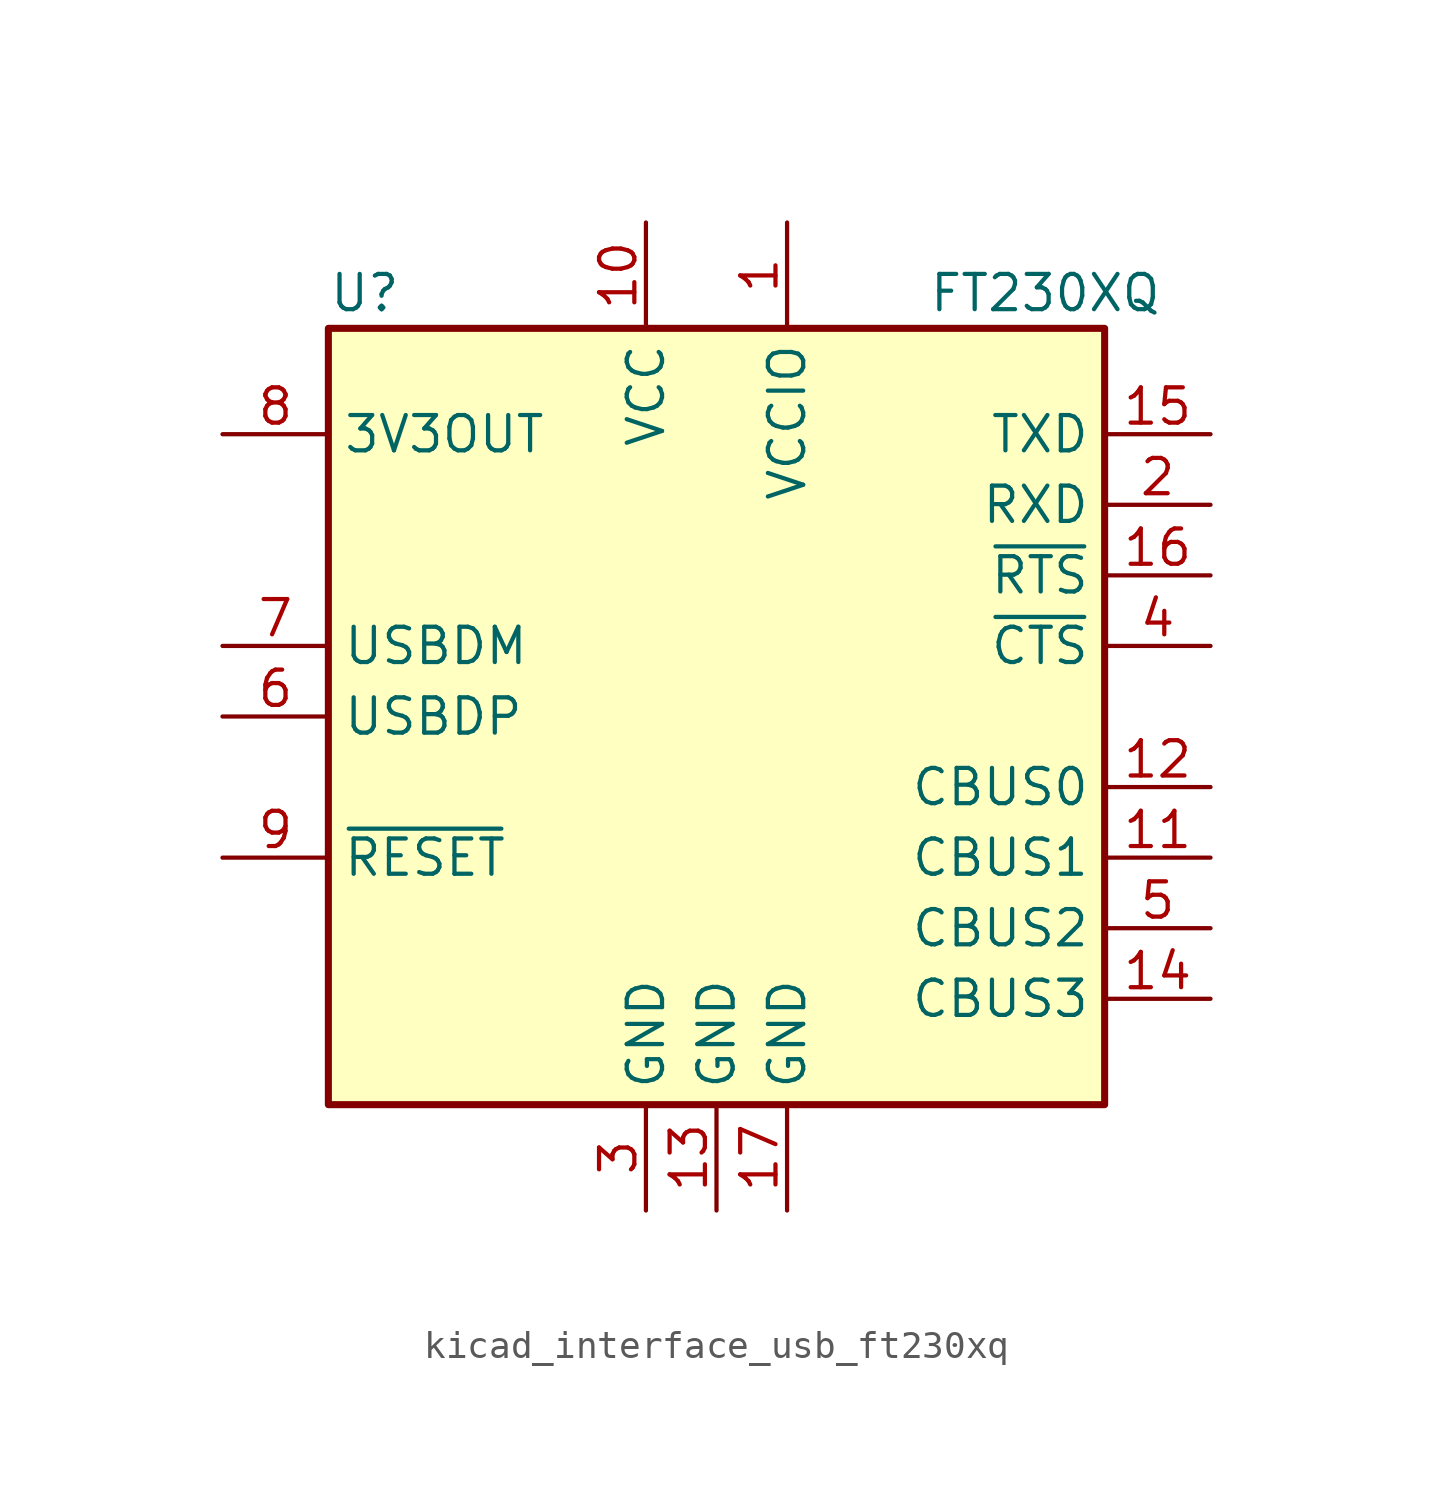
<source format=kicad_sym>
(kicad_symbol_lib
  (version 20220914)
  (generator kicad_symbol_editor)
  (symbol "kicad_interface_usb_ft230xq"
    (property "Reference" "U"
      (at -13.97 15.24 0)
      (effects (font (size 1.27 1.27)) (justify left)))
    (property "Value" "FT230XQ"
      (at 7.62 15.24 0)
      (effects (font (size 1.27 1.27)) (justify left)))
    (symbol "kicad_interface_usb_ft230xq_0_1"
      (rectangle (start -13.97 13.97) (end 13.97 -13.97) (stroke (width 0.254) (type default)) (fill (type background))))
    (symbol "kicad_interface_usb_ft230xq_1_1"
      (pin power_in line (at 2.54 17.78 270) (length 3.81) (name "VCCIO" (effects (font (size 1.27 1.27)))) (number "1" (effects (font (size 1.27 1.27)))))
      (pin power_in line (at -2.54 17.78 270) (length 3.81) (name "VCC" (effects (font (size 1.27 1.27)))) (number "10" (effects (font (size 1.27 1.27)))))
      (pin bidirectional line (at 17.78 -5.08 180) (length 3.81) (name "CBUS1" (effects (font (size 1.27 1.27)))) (number "11" (effects (font (size 1.27 1.27)))))
      (pin bidirectional line (at 17.78 -2.54 180) (length 3.81) (name "CBUS0" (effects (font (size 1.27 1.27)))) (number "12" (effects (font (size 1.27 1.27)))))
      (pin power_in line (at 0 -17.78 90) (length 3.81) (name "GND" (effects (font (size 1.27 1.27)))) (number "13" (effects (font (size 1.27 1.27)))))
      (pin bidirectional line (at 17.78 -10.16 180) (length 3.81) (name "CBUS3" (effects (font (size 1.27 1.27)))) (number "14" (effects (font (size 1.27 1.27)))))
      (pin output line (at 17.78 10.16 180) (length 3.81) (name "TXD" (effects (font (size 1.27 1.27)))) (number "15" (effects (font (size 1.27 1.27)))))
      (pin output line (at 17.78 5.08 180) (length 3.81) (name "~{RTS}" (effects (font (size 1.27 1.27)))) (number "16" (effects (font (size 1.27 1.27)))))
      (pin power_in line (at 2.54 -17.78 90) (length 3.81) (name "GND" (effects (font (size 1.27 1.27)))) (number "17" (effects (font (size 1.27 1.27)))))
      (pin input line (at 17.78 7.62 180) (length 3.81) (name "RXD" (effects (font (size 1.27 1.27)))) (number "2" (effects (font (size 1.27 1.27)))))
      (pin power_in line (at -2.54 -17.78 90) (length 3.81) (name "GND" (effects (font (size 1.27 1.27)))) (number "3" (effects (font (size 1.27 1.27)))))
      (pin input line (at 17.78 2.54 180) (length 3.81) (name "~{CTS}" (effects (font (size 1.27 1.27)))) (number "4" (effects (font (size 1.27 1.27)))))
      (pin bidirectional line (at 17.78 -7.62 180) (length 3.81) (name "CBUS2" (effects (font (size 1.27 1.27)))) (number "5" (effects (font (size 1.27 1.27)))))
      (pin bidirectional line (at -17.78 0 0) (length 3.81) (name "USBDP" (effects (font (size 1.27 1.27)))) (number "6" (effects (font (size 1.27 1.27)))))
      (pin bidirectional line (at -17.78 2.54 0) (length 3.81) (name "USBDM" (effects (font (size 1.27 1.27)))) (number "7" (effects (font (size 1.27 1.27)))))
      (pin power_out line (at -17.78 10.16 0) (length 3.81) (name "3V3OUT" (effects (font (size 1.27 1.27)))) (number "8" (effects (font (size 1.27 1.27)))))
      (pin input line (at -17.78 -5.08 0) (length 3.81) (name "~{RESET}" (effects (font (size 1.27 1.27)))) (number "9" (effects (font (size 1.27 1.27))))))))
</source>
